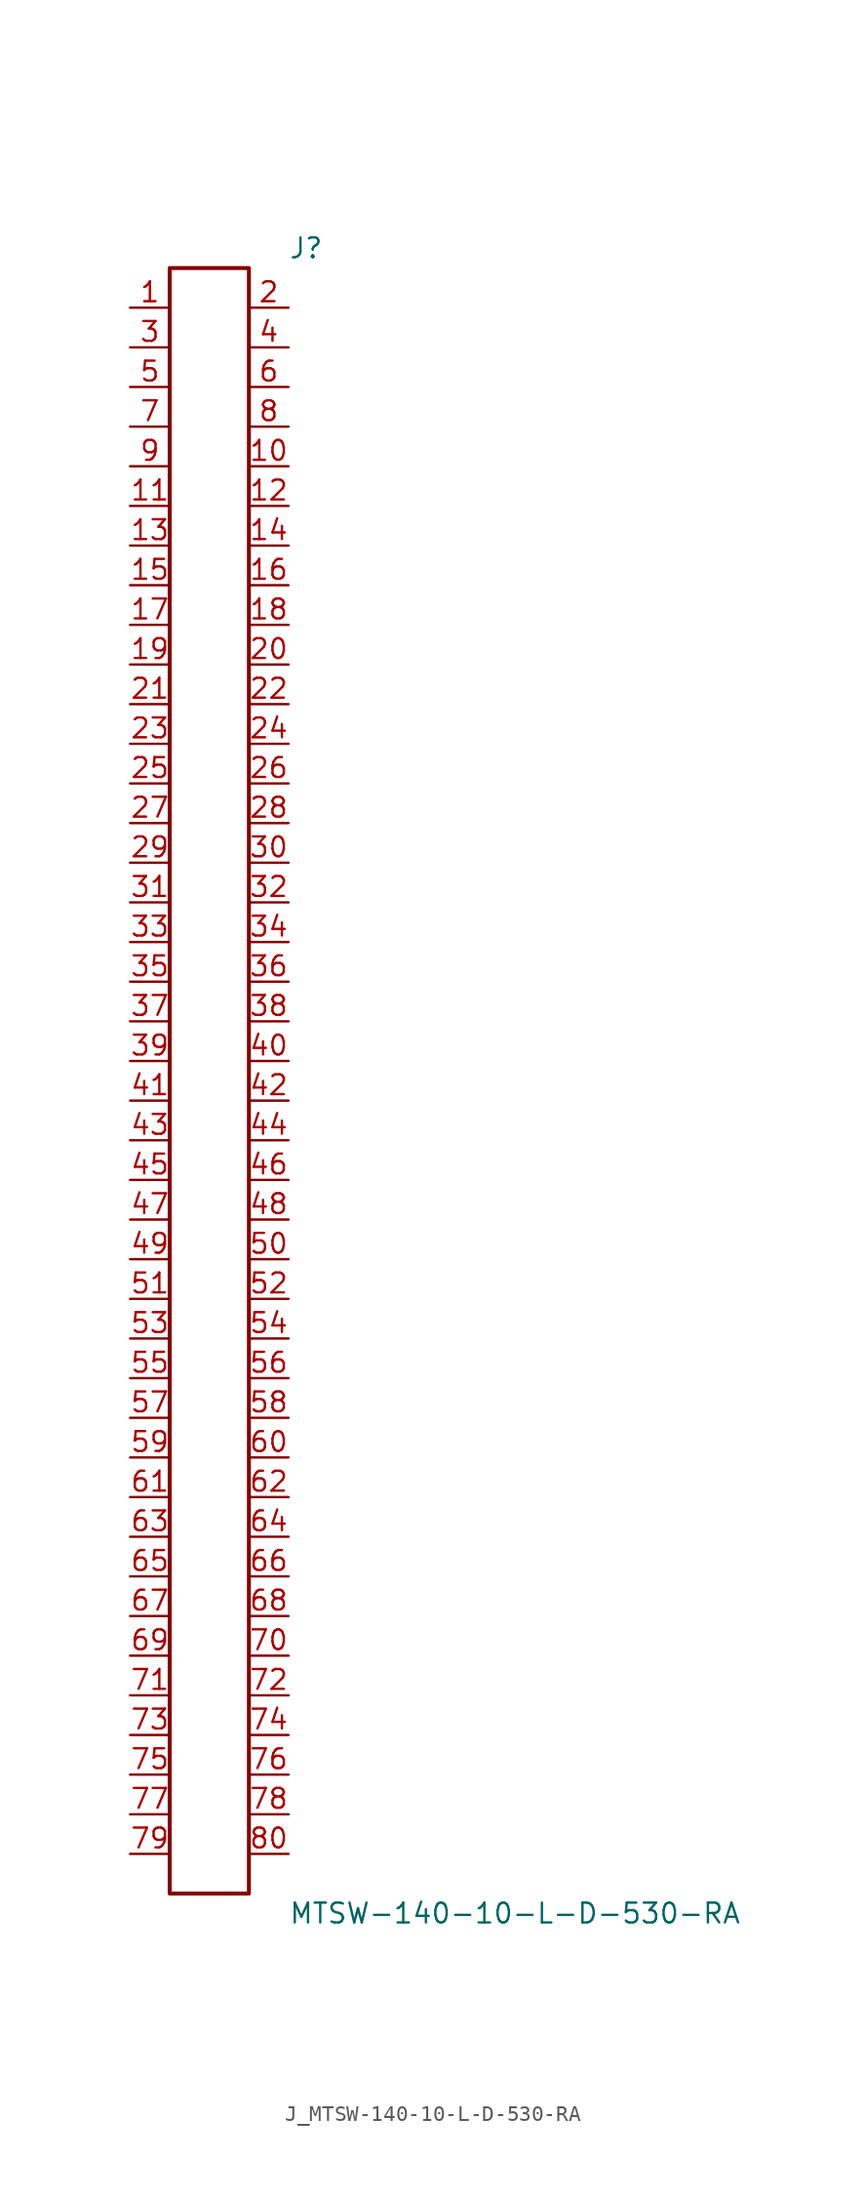
<source format=kicad_sym>
(kicad_symbol_lib
  (version 20231120)
  (generator kicad_symbol_editor)
  (generator_version 8.0)
  (symbol "J_MTSW-140-10-L-D-530-RA"
    (pin_names
      (offset 0.254))
    (property "Reference" "J"
      (at 5.08 53.34 0)
      (effects (font (size 1.27 1.27)) (justify left)))
    (property "Value" "MTSW-140-10-L-D-530-RA"
      (at 5.08 -53.34 0)
      (effects (font (size 1.27 1.27)) (justify left)))
    (symbol "J_MTSW-140-10-L-D-530-RA_0_0"
      (pin passive line (at -5.08 49.53 0) (length 2.54) (name "" (effects (font (size 1.27 1.27)))) (number "1" (effects (font (size 1.27 1.27)))))
      (pin passive line (at 5.08 49.53 180) (length 2.54) (name "" (effects (font (size 1.27 1.27)))) (number "2" (effects (font (size 1.27 1.27)))))
      (pin passive line (at -5.08 46.99 0) (length 2.54) (name "" (effects (font (size 1.27 1.27)))) (number "3" (effects (font (size 1.27 1.27)))))
      (pin passive line (at 5.08 46.99 180) (length 2.54) (name "" (effects (font (size 1.27 1.27)))) (number "4" (effects (font (size 1.27 1.27)))))
      (pin passive line (at -5.08 44.45 0) (length 2.54) (name "" (effects (font (size 1.27 1.27)))) (number "5" (effects (font (size 1.27 1.27)))))
      (pin passive line (at 5.08 44.45 180) (length 2.54) (name "" (effects (font (size 1.27 1.27)))) (number "6" (effects (font (size 1.27 1.27)))))
      (pin passive line (at -5.08 41.91 0) (length 2.54) (name "" (effects (font (size 1.27 1.27)))) (number "7" (effects (font (size 1.27 1.27)))))
      (pin passive line (at 5.08 41.91 180) (length 2.54) (name "" (effects (font (size 1.27 1.27)))) (number "8" (effects (font (size 1.27 1.27)))))
      (pin passive line (at -5.08 39.37 0) (length 2.54) (name "" (effects (font (size 1.27 1.27)))) (number "9" (effects (font (size 1.27 1.27)))))
      (pin passive line (at 5.08 39.37 180) (length 2.54) (name "" (effects (font (size 1.27 1.27)))) (number "10" (effects (font (size 1.27 1.27)))))
      (pin passive line (at -5.08 36.83 0) (length 2.54) (name "" (effects (font (size 1.27 1.27)))) (number "11" (effects (font (size 1.27 1.27)))))
      (pin passive line (at 5.08 36.83 180) (length 2.54) (name "" (effects (font (size 1.27 1.27)))) (number "12" (effects (font (size 1.27 1.27)))))
      (pin passive line (at -5.08 34.29 0) (length 2.54) (name "" (effects (font (size 1.27 1.27)))) (number "13" (effects (font (size 1.27 1.27)))))
      (pin passive line (at 5.08 34.29 180) (length 2.54) (name "" (effects (font (size 1.27 1.27)))) (number "14" (effects (font (size 1.27 1.27)))))
      (pin passive line (at -5.08 31.75 0) (length 2.54) (name "" (effects (font (size 1.27 1.27)))) (number "15" (effects (font (size 1.27 1.27)))))
      (pin passive line (at 5.08 31.75 180) (length 2.54) (name "" (effects (font (size 1.27 1.27)))) (number "16" (effects (font (size 1.27 1.27)))))
      (pin passive line (at -5.08 29.21 0) (length 2.54) (name "" (effects (font (size 1.27 1.27)))) (number "17" (effects (font (size 1.27 1.27)))))
      (pin passive line (at 5.08 29.21 180) (length 2.54) (name "" (effects (font (size 1.27 1.27)))) (number "18" (effects (font (size 1.27 1.27)))))
      (pin passive line (at -5.08 26.67 0) (length 2.54) (name "" (effects (font (size 1.27 1.27)))) (number "19" (effects (font (size 1.27 1.27)))))
      (pin passive line (at 5.08 26.67 180) (length 2.54) (name "" (effects (font (size 1.27 1.27)))) (number "20" (effects (font (size 1.27 1.27)))))
      (pin passive line (at -5.08 24.13 0) (length 2.54) (name "" (effects (font (size 1.27 1.27)))) (number "21" (effects (font (size 1.27 1.27)))))
      (pin passive line (at 5.08 24.13 180) (length 2.54) (name "" (effects (font (size 1.27 1.27)))) (number "22" (effects (font (size 1.27 1.27)))))
      (pin passive line (at -5.08 21.59 0) (length 2.54) (name "" (effects (font (size 1.27 1.27)))) (number "23" (effects (font (size 1.27 1.27)))))
      (pin passive line (at 5.08 21.59 180) (length 2.54) (name "" (effects (font (size 1.27 1.27)))) (number "24" (effects (font (size 1.27 1.27)))))
      (pin passive line (at -5.08 19.05 0) (length 2.54) (name "" (effects (font (size 1.27 1.27)))) (number "25" (effects (font (size 1.27 1.27)))))
      (pin passive line (at 5.08 19.05 180) (length 2.54) (name "" (effects (font (size 1.27 1.27)))) (number "26" (effects (font (size 1.27 1.27)))))
      (pin passive line (at -5.08 16.51 0) (length 2.54) (name "" (effects (font (size 1.27 1.27)))) (number "27" (effects (font (size 1.27 1.27)))))
      (pin passive line (at 5.08 16.51 180) (length 2.54) (name "" (effects (font (size 1.27 1.27)))) (number "28" (effects (font (size 1.27 1.27)))))
      (pin passive line (at -5.08 13.97 0) (length 2.54) (name "" (effects (font (size 1.27 1.27)))) (number "29" (effects (font (size 1.27 1.27)))))
      (pin passive line (at 5.08 13.97 180) (length 2.54) (name "" (effects (font (size 1.27 1.27)))) (number "30" (effects (font (size 1.27 1.27)))))
      (pin passive line (at -5.08 11.43 0) (length 2.54) (name "" (effects (font (size 1.27 1.27)))) (number "31" (effects (font (size 1.27 1.27)))))
      (pin passive line (at 5.08 11.43 180) (length 2.54) (name "" (effects (font (size 1.27 1.27)))) (number "32" (effects (font (size 1.27 1.27)))))
      (pin passive line (at -5.08 8.89 0) (length 2.54) (name "" (effects (font (size 1.27 1.27)))) (number "33" (effects (font (size 1.27 1.27)))))
      (pin passive line (at 5.08 8.89 180) (length 2.54) (name "" (effects (font (size 1.27 1.27)))) (number "34" (effects (font (size 1.27 1.27)))))
      (pin passive line (at -5.08 6.35 0) (length 2.54) (name "" (effects (font (size 1.27 1.27)))) (number "35" (effects (font (size 1.27 1.27)))))
      (pin passive line (at 5.08 6.35 180) (length 2.54) (name "" (effects (font (size 1.27 1.27)))) (number "36" (effects (font (size 1.27 1.27)))))
      (pin passive line (at -5.08 3.81 0) (length 2.54) (name "" (effects (font (size 1.27 1.27)))) (number "37" (effects (font (size 1.27 1.27)))))
      (pin passive line (at 5.08 3.81 180) (length 2.54) (name "" (effects (font (size 1.27 1.27)))) (number "38" (effects (font (size 1.27 1.27)))))
      (pin passive line (at -5.08 1.27 0) (length 2.54) (name "" (effects (font (size 1.27 1.27)))) (number "39" (effects (font (size 1.27 1.27)))))
      (pin passive line (at 5.08 1.27 180) (length 2.54) (name "" (effects (font (size 1.27 1.27)))) (number "40" (effects (font (size 1.27 1.27)))))
      (pin passive line (at -5.08 -1.27 0) (length 2.54) (name "" (effects (font (size 1.27 1.27)))) (number "41" (effects (font (size 1.27 1.27)))))
      (pin passive line (at 5.08 -1.27 180) (length 2.54) (name "" (effects (font (size 1.27 1.27)))) (number "42" (effects (font (size 1.27 1.27)))))
      (pin passive line (at -5.08 -3.81 0) (length 2.54) (name "" (effects (font (size 1.27 1.27)))) (number "43" (effects (font (size 1.27 1.27)))))
      (pin passive line (at 5.08 -3.81 180) (length 2.54) (name "" (effects (font (size 1.27 1.27)))) (number "44" (effects (font (size 1.27 1.27)))))
      (pin passive line (at -5.08 -6.35 0) (length 2.54) (name "" (effects (font (size 1.27 1.27)))) (number "45" (effects (font (size 1.27 1.27)))))
      (pin passive line (at 5.08 -6.35 180) (length 2.54) (name "" (effects (font (size 1.27 1.27)))) (number "46" (effects (font (size 1.27 1.27)))))
      (pin passive line (at -5.08 -8.89 0) (length 2.54) (name "" (effects (font (size 1.27 1.27)))) (number "47" (effects (font (size 1.27 1.27)))))
      (pin passive line (at 5.08 -8.89 180) (length 2.54) (name "" (effects (font (size 1.27 1.27)))) (number "48" (effects (font (size 1.27 1.27)))))
      (pin passive line (at -5.08 -11.43 0) (length 2.54) (name "" (effects (font (size 1.27 1.27)))) (number "49" (effects (font (size 1.27 1.27)))))
      (pin passive line (at 5.08 -11.43 180) (length 2.54) (name "" (effects (font (size 1.27 1.27)))) (number "50" (effects (font (size 1.27 1.27)))))
      (pin passive line (at -5.08 -13.97 0) (length 2.54) (name "" (effects (font (size 1.27 1.27)))) (number "51" (effects (font (size 1.27 1.27)))))
      (pin passive line (at 5.08 -13.97 180) (length 2.54) (name "" (effects (font (size 1.27 1.27)))) (number "52" (effects (font (size 1.27 1.27)))))
      (pin passive line (at -5.08 -16.51 0) (length 2.54) (name "" (effects (font (size 1.27 1.27)))) (number "53" (effects (font (size 1.27 1.27)))))
      (pin passive line (at 5.08 -16.51 180) (length 2.54) (name "" (effects (font (size 1.27 1.27)))) (number "54" (effects (font (size 1.27 1.27)))))
      (pin passive line (at -5.08 -19.05 0) (length 2.54) (name "" (effects (font (size 1.27 1.27)))) (number "55" (effects (font (size 1.27 1.27)))))
      (pin passive line (at 5.08 -19.05 180) (length 2.54) (name "" (effects (font (size 1.27 1.27)))) (number "56" (effects (font (size 1.27 1.27)))))
      (pin passive line (at -5.08 -21.59 0) (length 2.54) (name "" (effects (font (size 1.27 1.27)))) (number "57" (effects (font (size 1.27 1.27)))))
      (pin passive line (at 5.08 -21.59 180) (length 2.54) (name "" (effects (font (size 1.27 1.27)))) (number "58" (effects (font (size 1.27 1.27)))))
      (pin passive line (at -5.08 -24.13 0) (length 2.54) (name "" (effects (font (size 1.27 1.27)))) (number "59" (effects (font (size 1.27 1.27)))))
      (pin passive line (at 5.08 -24.13 180) (length 2.54) (name "" (effects (font (size 1.27 1.27)))) (number "60" (effects (font (size 1.27 1.27)))))
      (pin passive line (at -5.08 -26.67 0) (length 2.54) (name "" (effects (font (size 1.27 1.27)))) (number "61" (effects (font (size 1.27 1.27)))))
      (pin passive line (at 5.08 -26.67 180) (length 2.54) (name "" (effects (font (size 1.27 1.27)))) (number "62" (effects (font (size 1.27 1.27)))))
      (pin passive line (at -5.08 -29.21 0) (length 2.54) (name "" (effects (font (size 1.27 1.27)))) (number "63" (effects (font (size 1.27 1.27)))))
      (pin passive line (at 5.08 -29.21 180) (length 2.54) (name "" (effects (font (size 1.27 1.27)))) (number "64" (effects (font (size 1.27 1.27)))))
      (pin passive line (at -5.08 -31.75 0) (length 2.54) (name "" (effects (font (size 1.27 1.27)))) (number "65" (effects (font (size 1.27 1.27)))))
      (pin passive line (at 5.08 -31.75 180) (length 2.54) (name "" (effects (font (size 1.27 1.27)))) (number "66" (effects (font (size 1.27 1.27)))))
      (pin passive line (at -5.08 -34.29 0) (length 2.54) (name "" (effects (font (size 1.27 1.27)))) (number "67" (effects (font (size 1.27 1.27)))))
      (pin passive line (at 5.08 -34.29 180) (length 2.54) (name "" (effects (font (size 1.27 1.27)))) (number "68" (effects (font (size 1.27 1.27)))))
      (pin passive line (at -5.08 -36.83 0) (length 2.54) (name "" (effects (font (size 1.27 1.27)))) (number "69" (effects (font (size 1.27 1.27)))))
      (pin passive line (at 5.08 -36.83 180) (length 2.54) (name "" (effects (font (size 1.27 1.27)))) (number "70" (effects (font (size 1.27 1.27)))))
      (pin passive line (at -5.08 -39.37 0) (length 2.54) (name "" (effects (font (size 1.27 1.27)))) (number "71" (effects (font (size 1.27 1.27)))))
      (pin passive line (at 5.08 -39.37 180) (length 2.54) (name "" (effects (font (size 1.27 1.27)))) (number "72" (effects (font (size 1.27 1.27)))))
      (pin passive line (at -5.08 -41.91 0) (length 2.54) (name "" (effects (font (size 1.27 1.27)))) (number "73" (effects (font (size 1.27 1.27)))))
      (pin passive line (at 5.08 -41.91 180) (length 2.54) (name "" (effects (font (size 1.27 1.27)))) (number "74" (effects (font (size 1.27 1.27)))))
      (pin passive line (at -5.08 -44.45 0) (length 2.54) (name "" (effects (font (size 1.27 1.27)))) (number "75" (effects (font (size 1.27 1.27)))))
      (pin passive line (at 5.08 -44.45 180) (length 2.54) (name "" (effects (font (size 1.27 1.27)))) (number "76" (effects (font (size 1.27 1.27)))))
      (pin passive line (at -5.08 -46.99 0) (length 2.54) (name "" (effects (font (size 1.27 1.27)))) (number "77" (effects (font (size 1.27 1.27)))))
      (pin passive line (at 5.08 -46.99 180) (length 2.54) (name "" (effects (font (size 1.27 1.27)))) (number "78" (effects (font (size 1.27 1.27)))))
      (pin passive line (at -5.08 -49.53 0) (length 2.54) (name "" (effects (font (size 1.27 1.27)))) (number "79" (effects (font (size 1.27 1.27)))))
      (pin passive line (at 5.08 -49.53 180) (length 2.54) (name "" (effects (font (size 1.27 1.27)))) (number "80" (effects (font (size 1.27 1.27))))))
    (symbol "J_MTSW-140-10-L-D-530-RA_1_0"
      (rectangle (start -2.54 52.07) (end 2.54 -52.07) (stroke (width 0.254) (type solid)) (fill (type none))))))
</source>
